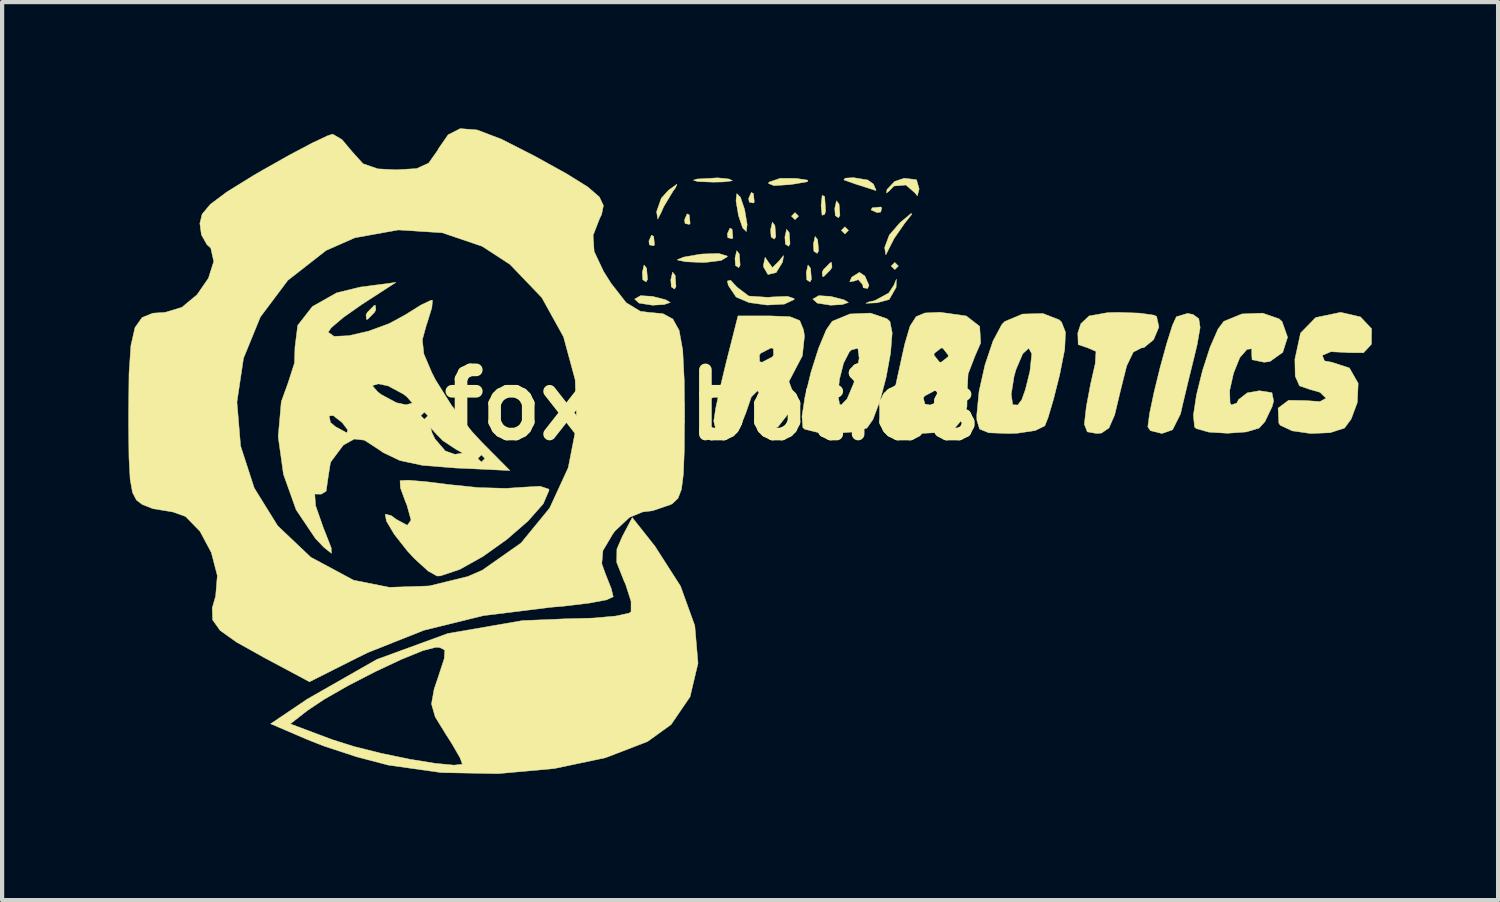
<source format=kicad_pcb>
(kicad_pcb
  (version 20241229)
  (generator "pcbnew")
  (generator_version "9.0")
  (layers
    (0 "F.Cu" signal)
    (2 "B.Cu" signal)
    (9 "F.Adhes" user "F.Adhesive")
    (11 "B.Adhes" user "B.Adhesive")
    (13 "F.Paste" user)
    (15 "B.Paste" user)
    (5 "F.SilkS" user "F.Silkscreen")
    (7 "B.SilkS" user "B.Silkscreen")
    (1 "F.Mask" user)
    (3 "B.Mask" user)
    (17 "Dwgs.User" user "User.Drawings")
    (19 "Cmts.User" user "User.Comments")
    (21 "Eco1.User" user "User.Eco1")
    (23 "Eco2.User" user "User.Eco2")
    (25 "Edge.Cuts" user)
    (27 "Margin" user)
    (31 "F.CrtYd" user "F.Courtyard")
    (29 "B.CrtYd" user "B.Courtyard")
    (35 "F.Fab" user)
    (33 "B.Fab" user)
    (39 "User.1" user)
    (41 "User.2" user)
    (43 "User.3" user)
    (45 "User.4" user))
  (footprint "foxrobotics"
    (layer "F.Cu")
    (at 13.89 6.572)
    (property "Reference" "foxrobotics" (at 0 0 0) (layer "F.SilkS") (effects (font (size 1.524 1.524) (thickness 0.3))))
    (attr through_hole)
    (fp_poly (pts (xy 2.032 -4.487) (xy 1.947 -4.403) (xy 1.863 -4.487) (xy 1.947 -4.572) (xy 2.032 -4.487)) (stroke (width 0.01) (type solid)) (fill yes) (layer "F.SilkS"))
    (fp_poly (pts (xy 3.217 -4.149) (xy 3.133 -4.064) (xy 3.048 -4.149) (xy 3.133 -4.233) (xy 3.217 -4.149)) (stroke (width 0.01) (type solid)) (fill yes) (layer "F.SilkS"))
    (fp_poly (pts (xy 4.403 -3.302) (xy 4.318 -3.217) (xy 4.233 -3.302) (xy 4.318 -3.387) (xy 4.403 -3.302)) (stroke (width 0.01) (type solid)) (fill yes) (layer "F.SilkS"))
    (fp_poly (pts (xy -1.578 -3.249) (xy -1.557 -2.984) (xy -1.591 -2.925) (xy -1.668 -2.975) (xy -1.68 -3.147) (xy -1.639 -3.327) (xy -1.578 -3.249)) (stroke (width 0.01) (type solid)) (fill yes) (layer "F.SilkS"))
    (fp_poly (pts (xy -1.411 -4.008) (xy -1.391 -3.807) (xy -1.411 -3.782) (xy -1.512 -3.805) (xy -1.524 -3.895) (xy -1.462 -4.034) (xy -1.411 -4.008)) (stroke (width 0.01) (type solid)) (fill yes) (layer "F.SilkS"))
    (fp_poly (pts (xy -0.9 -3.08) (xy -0.88 -2.815) (xy -0.914 -2.755) (xy -0.991 -2.806) (xy -1.003 -2.977) (xy -0.961 -3.158) (xy -0.9 -3.08)) (stroke (width 0.01) (type solid)) (fill yes) (layer "F.SilkS"))
    (fp_poly (pts (xy -0.564 -4.516) (xy -0.544 -4.315) (xy -0.564 -4.29) (xy -0.665 -4.313) (xy -0.677 -4.403) (xy -0.615 -4.542) (xy -0.564 -4.516)) (stroke (width 0.01) (type solid)) (fill yes) (layer "F.SilkS"))
    (fp_poly (pts (xy 0.452 -4.177) (xy 0.472 -3.976) (xy 0.452 -3.951) (xy 0.351 -3.974) (xy 0.339 -4.064) (xy 0.401 -4.203) (xy 0.452 -4.177)) (stroke (width 0.01) (type solid)) (fill yes) (layer "F.SilkS"))
    (fp_poly (pts (xy 0.624 -3.588) (xy 0.644 -3.323) (xy 0.61 -3.263) (xy 0.533 -3.314) (xy 0.521 -3.485) (xy 0.563 -3.666) (xy 0.624 -3.588)) (stroke (width 0.01) (type solid)) (fill yes) (layer "F.SilkS"))
    (fp_poly (pts (xy 0.96 -5.024) (xy 0.98 -4.823) (xy 0.96 -4.798) (xy 0.859 -4.821) (xy 0.847 -4.911) (xy 0.909 -5.05) (xy 0.96 -5.024)) (stroke (width 0.01) (type solid)) (fill yes) (layer "F.SilkS"))
    (fp_poly (pts (xy 1.47 -4.265) (xy 1.491 -4) (xy 1.457 -3.941) (xy 1.38 -3.991) (xy 1.368 -4.163) (xy 1.409 -4.343) (xy 1.47 -4.265)) (stroke (width 0.01) (type solid)) (fill yes) (layer "F.SilkS"))
    (fp_poly (pts (xy 1.809 -4.096) (xy 1.829 -3.831) (xy 1.796 -3.771) (xy 1.719 -3.822) (xy 1.707 -3.993) (xy 1.748 -4.174) (xy 1.809 -4.096)) (stroke (width 0.01) (type solid)) (fill yes) (layer "F.SilkS"))
    (fp_poly (pts (xy 2.317 -3.249) (xy 2.337 -2.984) (xy 2.304 -2.925) (xy 2.227 -2.975) (xy 2.215 -3.147) (xy 2.256 -3.327) (xy 2.317 -3.249)) (stroke (width 0.01) (type solid)) (fill yes) (layer "F.SilkS"))
    (fp_poly (pts (xy 2.486 -3.926) (xy 2.507 -3.662) (xy 2.473 -3.602) (xy 2.396 -3.652) (xy 2.384 -3.824) (xy 2.425 -4.005) (xy 2.486 -3.926)) (stroke (width 0.01) (type solid)) (fill yes) (layer "F.SilkS"))
    (fp_poly (pts (xy 2.652 -4.953) (xy 2.675 -4.606) (xy 2.652 -4.53) (xy 2.59 -4.508) (xy 2.567 -4.741) (xy 2.593 -4.982) (xy 2.652 -4.953)) (stroke (width 0.01) (type solid)) (fill yes) (layer "F.SilkS"))
    (fp_poly (pts (xy 2.994 -4.773) (xy 3.015 -4.508) (xy 2.981 -4.449) (xy 2.904 -4.499) (xy 2.892 -4.671) (xy 2.933 -4.851) (xy 2.994 -4.773)) (stroke (width 0.01) (type solid)) (fill yes) (layer "F.SilkS"))
    (fp_poly (pts (xy 4.008 -4.685) (xy 3.984 -4.584) (xy 3.895 -4.572) (xy 3.755 -4.634) (xy 3.782 -4.685) (xy 3.983 -4.705) (xy 4.008 -4.685)) (stroke (width 0.01) (type solid)) (fill yes) (layer "F.SilkS"))
    (fp_poly (pts (xy -8.012 -2.261) (xy -8.043 -2.201) (xy -8.203 -2.04) (xy -8.233 -2.032) (xy -8.244 -2.141) (xy -8.213 -2.201) (xy -8.053 -2.363) (xy -8.023 -2.371) (xy -8.012 -2.261)) (stroke (width 0.01) (type solid)) (fill yes) (layer "F.SilkS"))
    (fp_poly (pts (xy -1.439 -2.581) (xy -1.122 -2.499) (xy -1.016 -2.436) (xy -1.161 -2.387) (xy -1.439 -2.371) (xy -1.758 -2.421) (xy -1.863 -2.517) (xy -1.722 -2.598) (xy -1.439 -2.581)) (stroke (width 0.01) (type solid)) (fill yes) (layer "F.SilkS"))
    (fp_poly (pts (xy 0.381 -5.369) (xy 0.461 -5.327) (xy 0.248 -5.3) (xy 0 -5.295) (xy -0.366 -5.309) (xy -0.467 -5.342) (xy -0.381 -5.369) (xy 0.112 -5.397) (xy 0.381 -5.369)) (stroke (width 0.01) (type solid)) (fill yes) (layer "F.SilkS"))
    (fp_poly (pts (xy 0.651 -4.937) (xy 0.75 -4.645) (xy 0.81 -4.29) (xy 0.791 -4.121) (xy 0.704 -4.207) (xy 0.605 -4.499) (xy 0.545 -4.854) (xy 0.564 -5.023) (xy 0.651 -4.937)) (stroke (width 0.01) (type solid)) (fill yes) (layer "F.SilkS"))
    (fp_poly (pts (xy 2.794 -2.581) (xy 3.111 -2.499) (xy 3.217 -2.436) (xy 3.072 -2.387) (xy 2.794 -2.371) (xy 2.476 -2.421) (xy 2.371 -2.517) (xy 2.512 -2.598) (xy 2.794 -2.581)) (stroke (width 0.01) (type solid)) (fill yes) (layer "F.SilkS"))
    (fp_poly (pts (xy 2.826 -3.277) (xy 2.794 -3.217) (xy 2.634 -3.056) (xy 2.605 -3.048) (xy 2.593 -3.157) (xy 2.625 -3.217) (xy 2.784 -3.379) (xy 2.814 -3.387) (xy 2.826 -3.277)) (stroke (width 0.01) (type solid)) (fill yes) (layer "F.SilkS"))
    (fp_poly (pts (xy 1.969 -5.384) (xy 2.251 -5.342) (xy 2.242 -5.304) (xy 1.922 -5.25) (xy 1.82 -5.236) (xy 1.446 -5.212) (xy 1.315 -5.266) (xy 1.334 -5.297) (xy 1.596 -5.386) (xy 1.969 -5.384)) (stroke (width 0.01) (type solid)) (fill yes) (layer "F.SilkS"))
    (fp_poly (pts (xy 3.675 -5.346) (xy 3.81 -5.249) (xy 3.874 -5.102) (xy 3.862 -5.097) (xy 3.681 -5.155) (xy 3.387 -5.249) (xy 3.107 -5.348) (xy 3.139 -5.389) (xy 3.334 -5.402) (xy 3.675 -5.346)) (stroke (width 0.01) (type solid)) (fill yes) (layer "F.SilkS"))
    (fp_poly (pts (xy -0.887 -5.168) (xy -0.951 -5.08) (xy -1.168 -4.719) (xy -1.234 -4.572) (xy -1.313 -4.417) (xy -1.341 -4.592) (xy -1.341 -4.594) (xy -1.229 -4.913) (xy -1.058 -5.102) (xy -0.858 -5.247) (xy -0.887 -5.168)) (stroke (width 0.01) (type solid)) (fill yes) (layer "F.SilkS"))
    (fp_poly (pts (xy 1.653 -3.397) (xy 1.498 -3.145) (xy 1.305 -3.1) (xy 1.199 -3.28) (xy 1.199 -3.33) (xy 1.237 -3.509) (xy 1.304 -3.41) (xy 1.411 -3.264) (xy 1.557 -3.41) (xy 1.676 -3.551) (xy 1.653 -3.397)) (stroke (width 0.01) (type solid)) (fill yes) (layer "F.SilkS"))
    (fp_poly (pts (xy 3.606 -3.066) (xy 3.705 -2.843) (xy 3.672 -2.769) (xy 3.567 -2.785) (xy 3.556 -2.86) (xy 3.451 -2.979) (xy 3.361 -2.947) (xy 3.246 -2.926) (xy 3.295 -3.037) (xy 3.477 -3.152) (xy 3.606 -3.066)) (stroke (width 0.01) (type solid)) (fill yes) (layer "F.SilkS"))
    (fp_poly (pts (xy 4.35 -2.804) (xy 4.349 -2.794) (xy 4.184 -2.506) (xy 3.893 -2.428) (xy 3.632 -2.417) (xy 3.698 -2.448) (xy 3.842 -2.48) (xy 4.174 -2.661) (xy 4.298 -2.847) (xy 4.355 -2.989) (xy 4.35 -2.804)) (stroke (width 0.01) (type solid)) (fill yes) (layer "F.SilkS"))
    (fp_poly (pts (xy 4.727 -4.539) (xy 4.552 -4.318) (xy 4.302 -3.956) (xy 4.184 -3.725) (xy 4.105 -3.567) (xy 4.077 -3.74) (xy 4.077 -3.741) (xy 4.188 -4.039) (xy 4.445 -4.334) (xy 4.703 -4.548) (xy 4.727 -4.539)) (stroke (width 0.01) (type solid)) (fill yes) (layer "F.SilkS"))
    (fp_poly (pts (xy 4.834 -5.352) (xy 4.897 -5.134) (xy 4.854 -4.968) (xy 4.799 -5.038) (xy 4.582 -5.227) (xy 4.299 -5.203) (xy 4.175 -5.076) (xy 4.122 -5.037) (xy 4.132 -5.118) (xy 4.314 -5.312) (xy 4.543 -5.388) (xy 4.834 -5.352)) (stroke (width 0.01) (type solid)) (fill yes) (layer "F.SilkS"))
    (fp_poly (pts (xy 0.333 -3.54) (xy 0.339 -3.522) (xy 0.19 -3.433) (xy -0.177 -3.388) (xy -0.254 -3.387) (xy -0.646 -3.403) (xy -0.842 -3.444) (xy -0.847 -3.453) (xy -0.698 -3.514) (xy -0.333 -3.578) (xy -0.254 -3.588) (xy 0.136 -3.6) (xy 0.333 -3.54)) (stroke (width 0.01) (type solid)) (fill yes) (layer "F.SilkS"))
    (fp_poly (pts (xy 0.564 -2.804) (xy 0.848 -2.589) (xy 1.31 -2.558) (xy 1.399 -2.567) (xy 1.771 -2.582) (xy 1.93 -2.528) (xy 1.925 -2.505) (xy 1.693 -2.397) (xy 1.286 -2.375) (xy 0.856 -2.433) (xy 0.555 -2.562) (xy 0.542 -2.574) (xy 0.363 -2.842) (xy 0.339 -2.945) (xy 0.418 -2.964) (xy 0.564 -2.804)) (stroke (width 0.01) (type solid)) (fill yes) (layer "F.SilkS"))
    (fp_poly (pts (xy 11.405 -2.15) (xy 11.541 -2.05) (xy 11.572 -1.841) (xy 11.501 -1.434) (xy 11.434 -1.153) (xy 11.285 -0.547) (xy 11.155 -0.002) (xy 11.106 0.212) (xy 10.917 0.589) (xy 10.665 0.677) (xy 10.391 0.61) (xy 10.329 0.519) (xy 10.371 0.201) (xy 10.477 -0.303) (xy 10.621 -0.89) (xy 10.776 -1.454) (xy 10.914 -1.892) (xy 11.007 -2.097) (xy 11.274 -2.177) (xy 11.405 -2.15)) (stroke (width 0.01) (type solid)) (fill yes) (layer "F.SilkS"))
    (fp_poly (pts (xy 10.133 -2.183) (xy 10.467 -2.136) (xy 10.537 -2.107) (xy 10.593 -1.853) (xy 10.466 -1.551) (xy 10.237 -1.364) (xy 10.174 -1.355) (xy 9.984 -1.257) (xy 9.827 -0.929) (xy 9.679 -0.339) (xy 9.542 0.235) (xy 9.406 0.546) (xy 9.23 0.666) (xy 9.116 0.677) (xy 8.891 0.638) (xy 8.821 0.459) (xy 8.868 0.045) (xy 8.868 0.042) (xy 8.968 -0.49) (xy 9.07 -0.94) (xy 9.079 -0.974) (xy 9.098 -1.273) (xy 8.91 -1.355) (xy 8.675 -1.435) (xy 8.666 -1.711) (xy 8.739 -1.933) (xy 8.935 -2.116) (xy 9.378 -2.195) (xy 9.642 -2.201) (xy 10.133 -2.183)) (stroke (width 0.01) (type solid)) (fill yes) (layer "F.SilkS"))
    (fp_poly (pts (xy -6.816 1.822) (xy -6.265 1.891) (xy -5.575 1.962) (xy -4.916 1.98) (xy -4.53 1.954) (xy -4.109 1.93) (xy -3.902 1.998) (xy -3.895 2.024) (xy -4.033 2.346) (xy -4.395 2.756) (xy -4.9 3.194) (xy -5.467 3.598) (xy -6.018 3.906) (xy -6.472 4.058) (xy -6.555 4.064) (xy -6.767 3.946) (xy -7.095 3.648) (xy -7.264 3.465) (xy -7.577 3.067) (xy -7.759 2.758) (xy -7.789 2.593) (xy -7.648 2.626) (xy -7.531 2.713) (xy -7.264 2.858) (xy -7.174 2.734) (xy -7.276 2.368) (xy -7.303 2.307) (xy -7.427 1.968) (xy -7.436 1.797) (xy -7.245 1.786) (xy -6.816 1.822)) (stroke (width 0.01) (type solid)) (fill yes) (layer "F.SilkS"))
    (fp_poly (pts (xy 15.382 -2.093) (xy 15.645 -1.813) (xy 15.642 -1.445) (xy 15.455 -1.241) (xy 15.075 -1.244) (xy 15.053 -1.248) (xy 14.677 -1.266) (xy 14.475 -1.18) (xy 14.526 -1.048) (xy 14.701 -1.016) (xy 15.119 -0.88) (xy 15.327 -0.515) (xy 15.306 -0.059) (xy 15.161 0.333) (xy 15.002 0.548) (xy 14.66 0.658) (xy 14.199 0.677) (xy 13.759 0.614) (xy 13.475 0.481) (xy 13.442 0.431) (xy 13.424 0.074) (xy 13.674 -0.113) (xy 14.075 -0.106) (xy 14.419 -0.082) (xy 14.563 -0.161) (xy 14.563 -0.162) (xy 14.419 -0.302) (xy 14.182 -0.369) (xy 13.933 -0.455) (xy 13.831 -0.684) (xy 13.823 -1.088) (xy 13.958 -1.71) (xy 14.317 -2.078) (xy 14.907 -2.201) (xy 14.913 -2.201) (xy 15.382 -2.093)) (stroke (width 0.01) (type solid)) (fill yes) (layer "F.SilkS"))
    (fp_poly (pts (xy 4.13 -2.051) (xy 4.203 -1.984) (xy 4.256 -1.714) (xy 4.218 -1.236) (xy 4.113 -0.66) (xy 3.965 -0.095) (xy 3.797 0.348) (xy 3.655 0.548) (xy 3.361 0.637) (xy 2.922 0.671) (xy 2.48 0.65) (xy 2.18 0.576) (xy 2.135 0.537) (xy 2.113 0.268) (xy 2.187 -0.207) (xy 2.196 -0.244) (xy 2.965 -0.244) (xy 3.006 -0.02) (xy 3.044 0) (xy 3.185 -0.146) (xy 3.339 -0.51) (xy 3.374 -0.625) (xy 3.472 -1.111) (xy 3.441 -1.349) (xy 3.287 -1.309) (xy 3.237 -1.259) (xy 3.101 -0.994) (xy 3.004 -0.612) (xy 2.965 -0.244) (xy 2.196 -0.244) (xy 2.327 -0.78) (xy 2.505 -1.342) (xy 2.689 -1.785) (xy 2.831 -1.99) (xy 3.252 -2.163) (xy 3.738 -2.184) (xy 4.13 -2.051)) (stroke (width 0.01) (type solid)) (fill yes) (layer "F.SilkS"))
    (fp_poly (pts (xy 8.225 -2.023) (xy 8.28 -1.969) (xy 8.373 -1.731) (xy 8.355 -1.323) (xy 8.234 -0.712) (xy 8.09 -0.141) (xy 7.959 0.302) (xy 7.882 0.495) (xy 7.657 0.606) (xy 7.225 0.671) (xy 7.017 0.677) (xy 6.551 0.66) (xy 6.332 0.571) (xy 6.268 0.36) (xy 6.265 0.244) (xy 6.313 -0.253) (xy 7.084 -0.253) (xy 7.12 -0.007) (xy 7.239 0.000493) (xy 7.336 -0.127) (xy 7.421 -0.368) (xy 7.523 -0.778) (xy 7.529 -0.804) (xy 7.573 -1.216) (xy 7.5 -1.349) (xy 7.359 -1.22) (xy 7.198 -0.844) (xy 7.151 -0.677) (xy 7.084 -0.253) (xy 6.313 -0.253) (xy 6.32 -0.326) (xy 6.461 -0.954) (xy 6.652 -1.522) (xy 6.86 -1.912) (xy 6.93 -1.984) (xy 7.352 -2.161) (xy 7.838 -2.174) (xy 8.225 -2.023)) (stroke (width 0.01) (type solid)) (fill yes) (layer "F.SilkS"))
    (fp_poly (pts (xy 13.449 -2.046) (xy 13.519 -1.981) (xy 13.65 -1.611) (xy 13.535 -1.251) (xy 13.231 -1.034) (xy 13.094 -1.016) (xy 12.806 -1.075) (xy 12.798 -1.207) (xy 12.797 -1.337) (xy 12.686 -1.322) (xy 12.516 -1.128) (xy 12.365 -0.754) (xy 12.274 -0.346) (xy 12.283 -0.048) (xy 12.313 -0.001) (xy 12.443 -0.046) (xy 12.483 -0.127) (xy 12.691 -0.289) (xy 12.98 -0.339) (xy 13.278 -0.293) (xy 13.318 -0.093) (xy 13.281 0.042) (xy 13.112 0.395) (xy 12.974 0.548) (xy 12.667 0.64) (xy 12.221 0.671) (xy 11.777 0.644) (xy 11.479 0.56) (xy 11.439 0.522) (xy 11.412 0.243) (xy 11.485 -0.238) (xy 11.627 -0.813) (xy 11.808 -1.373) (xy 11.998 -1.806) (xy 12.134 -1.988) (xy 12.565 -2.164) (xy 13.056 -2.183) (xy 13.449 -2.046)) (stroke (width 0.01) (type solid)) (fill yes) (layer "F.SilkS"))
    (fp_poly (pts (xy 1.827 -2.099) (xy 2.06 -2.006) (xy 2.152 -1.781) (xy 2.172 -1.636) (xy 2.122 -1.168) (xy 1.962 -0.863) (xy 1.803 -0.559) (xy 1.858 -0.411) (xy 1.916 -0.148) (xy 1.788 0.205) (xy 1.546 0.516) (xy 1.31 0.646) (xy 1.118 0.629) (xy 1.085 0.416) (xy 1.124 0.181) (xy 1.151 -0.191) (xy 1.06 -0.339) (xy 1.058 -0.339) (xy 0.91 -0.192) (xy 0.789 0.161) (xy 0.787 0.169) (xy 0.63 0.56) (xy 0.343 0.677) (xy 0.343 0.677) (xy 0.061 0.565) (xy 0.017 0.381) (xy 0.065 0.07) (xy 0.177 -0.451) (xy 0.313 -1.016) (xy 0.356 -1.185) (xy 1.101 -1.185) (xy 1.108 -1.029) (xy 1.165 -1.016) (xy 1.405 -1.14) (xy 1.439 -1.185) (xy 1.432 -1.342) (xy 1.375 -1.355) (xy 1.135 -1.231) (xy 1.101 -1.185) (xy 0.356 -1.185) (xy 0.593 -2.117) (xy 1.355 -2.117) (xy 1.827 -2.099)) (stroke (width 0.01) (type solid)) (fill yes) (layer "F.SilkS"))
    (fp_poly (pts (xy 6.015 -2.116) (xy 6.335 -1.869) (xy 6.358 -1.473) (xy 6.229 -1.177) (xy 6.06 -0.741) (xy 6.04 -0.366) (xy 6.04 -0.366) (xy 6.032 0.045) (xy 5.936 0.321) (xy 5.749 0.543) (xy 5.432 0.65) (xy 4.893 0.677) (xy 4.391 0.662) (xy 4.155 0.595) (xy 4.114 0.451) (xy 4.131 0.381) (xy 4.218 0.046) (xy 4.268 -0.169) (xy 4.995 -0.169) (xy 5.034 -0.024) (xy 5.155 0) (xy 5.386 -0.088) (xy 5.419 -0.169) (xy 5.297 -0.334) (xy 5.259 -0.339) (xy 5.03 -0.216) (xy 4.995 -0.169) (xy 4.268 -0.169) (xy 4.339 -0.47) (xy 4.403 -0.762) (xy 4.496 -1.185) (xy 5.249 -1.185) (xy 5.378 -1.021) (xy 5.419 -1.016) (xy 5.583 -1.145) (xy 5.588 -1.185) (xy 5.459 -1.35) (xy 5.419 -1.355) (xy 5.254 -1.226) (xy 5.249 -1.185) (xy 4.496 -1.185) (xy 4.556 -1.453) (xy 4.681 -1.877) (xy 4.826 -2.1) (xy 5.034 -2.187) (xy 5.35 -2.201) (xy 5.409 -2.201) (xy 6.015 -2.116)) (stroke (width 0.01) (type solid)) (fill yes) (layer "F.SilkS"))
    (fp_poly (pts (xy -1.381 3.354) (xy -0.773 4.302) (xy -0.433 5.243) (xy -0.357 6.135) (xy -0.546 6.932) (xy -0.996 7.591) (xy -1.557 7.996) (xy -2.557 8.381) (xy -3.773 8.637) (xy -5.107 8.758) (xy -6.458 8.733) (xy -7.721 8.554) (xy -8.467 8.358) (xy -9.244 8.103) (xy -9.631 7.951) (xy -10.504 7.576) (xy -10.043 7.576) (xy -9.043 7.951) (xy -8.523 8.115) (xy -7.882 8.275) (xy -7.212 8.414) (xy -6.604 8.513) (xy -6.152 8.556) (xy -5.956 8.533) (xy -6.008 8.386) (xy -6.201 8.051) (xy -6.34 7.834) (xy -6.601 7.41) (xy -6.689 7.101) (xy -6.626 6.748) (xy -6.53 6.464) (xy -6.387 6.028) (xy -6.373 5.822) (xy -6.495 5.76) (xy -6.589 5.757) (xy -6.897 5.836) (xy -7.406 6.044) (xy -8.026 6.335) (xy -8.666 6.665) (xy -9.235 6.99) (xy -9.636 7.258) (xy -10.043 7.576) (xy -10.504 7.576) (xy -10.51 7.574) (xy -9.635 6.984) (xy -7.987 6.044) (xy -6.301 5.428) (xy -4.531 5.122) (xy -3.53 5.08) (xy -2.855 5.062) (xy -2.315 5.014) (xy -1.996 4.945) (xy -1.948 4.913) (xy -1.948 4.664) (xy -2.077 4.261) (xy -2.121 4.164) (xy -2.289 3.737) (xy -2.284 3.421) (xy -2.158 3.129) (xy -1.919 2.674) (xy -1.381 3.354)) (stroke (width 0.01) (type solid)) (fill yes) (layer "F.SilkS"))
    (fp_poly (pts (xy -8.34 -2.392) (xy -8.778 -2.085) (xy -9.07 -1.837) (xy -9.144 -1.731) (xy -9.005 -1.631) (xy -8.653 -1.647) (xy -8.183 -1.755) (xy -7.693 -1.935) (xy -7.316 -2.14) (xy -6.94 -2.375) (xy -6.7 -2.489) (xy -6.665 -2.488) (xy -6.681 -2.31) (xy -6.792 -1.95) (xy -6.808 -1.909) (xy -6.906 -1.55) (xy -6.871 -1.215) (xy -6.681 -0.769) (xy -6.593 -0.597) (xy -6.216 0.004) (xy -5.733 0.625) (xy -5.503 0.874) (xy -4.826 1.557) (xy -6.128 1.496) (xy -6.904 1.433) (xy -7.441 1.319) (xy -7.542 1.27) (xy -5.588 1.27) (xy -5.503 1.355) (xy -5.419 1.27) (xy -5.503 1.185) (xy -5.588 1.27) (xy -7.542 1.27) (xy -7.839 1.128) (xy -7.926 1.067) (xy -8.281 0.836) (xy -8.523 0.808) (xy -8.783 0.952) (xy -9.088 1.361) (xy -9.144 1.713) (xy -9.191 2.046) (xy -9.31 2.119) (xy -9.313 2.117) (xy -9.462 2.116) (xy -9.442 2.391) (xy -9.257 2.921) (xy -9.237 2.969) (xy -9.072 3.391) (xy -9.066 3.524) (xy -9.24 3.386) (xy -9.445 3.173) (xy -9.905 2.489) (xy -10.206 1.645) (xy -10.331 0.752) (xy -10.287 0.259) (xy -9.121 0.259) (xy -9.088 0.415) (xy -8.97 0.515) (xy -8.697 0.662) (xy -8.68 0.591) (xy -8.718 0.54) (xy -6.71 0.54) (xy -6.68 0.651) (xy -6.607 0.804) (xy -6.361 1.092) (xy -6.132 1.172) (xy -5.949 1.142) (xy -6.092 1.061) (xy -6.096 1.06) (xy -6.417 0.848) (xy -6.571 0.692) (xy -6.71 0.54) (xy -8.718 0.54) (xy -8.809 0.419) (xy -9.02 0.254) (xy -6.943 0.254) (xy -6.858 0.339) (xy -6.773 0.254) (xy -6.858 0.169) (xy -6.943 0.254) (xy -9.02 0.254) (xy -9.024 0.25) (xy -9.121 0.259) (xy -10.287 0.259) (xy -10.258 -0.077) (xy -10.119 -0.461) (xy -8.095 -0.461) (xy -7.967 -0.313) (xy -7.884 -0.249) (xy -7.521 -0.054) (xy -7.291 -0.005) (xy -7.145 -0.047) (xy -7.273 -0.195) (xy -7.356 -0.259) (xy -7.719 -0.454) (xy -7.949 -0.503) (xy -8.095 -0.461) (xy -10.119 -0.461) (xy -10.094 -0.531) (xy -9.944 -0.998) (xy -9.932 -1.378) (xy -9.867 -1.893) (xy -9.519 -2.339) (xy -8.943 -2.665) (xy -8.382 -2.802) (xy -7.535 -2.913) (xy -8.34 -2.392)) (stroke (width 0.01) (type solid)) (fill yes) (layer "F.SilkS"))
    (fp_poly (pts (xy -5.601 -6.534) (xy -5.026 -6.315) (xy -4.233 -5.911) (xy -3.474 -5.491) (xy -2.977 -5.181) (xy -2.701 -4.944) (xy -2.604 -4.739) (xy -2.647 -4.528) (xy -2.693 -4.434) (xy -2.849 -4.032) (xy -2.825 -3.649) (xy -2.602 -3.176) (xy -2.425 -2.894) (xy -2.064 -2.431) (xy -1.728 -2.227) (xy -1.528 -2.201) (xy -1.191 -2.17) (xy -0.956 -2.044) (xy -0.805 -1.771) (xy -0.72 -1.301) (xy -0.684 -0.583) (xy -0.677 0.197) (xy -0.682 1.056) (xy -0.704 1.637) (xy -0.75 2.003) (xy -0.832 2.216) (xy -0.958 2.337) (xy -1.005 2.365) (xy -1.436 2.512) (xy -1.671 2.54) (xy -1.986 2.67) (xy -2.326 2.989) (xy -2.38 3.061) (xy -2.616 3.459) (xy -2.643 3.77) (xy -2.561 4.001) (xy -2.419 4.359) (xy -2.371 4.555) (xy -2.527 4.628) (xy -2.945 4.707) (xy -3.547 4.779) (xy -3.841 4.804) (xy -5.457 5.004) (xy -6.87 5.352) (xy -8.196 5.879) (xy -8.462 6.009) (xy -9.587 6.576) (xy -10.667 5.999) (xy -11.319 5.635) (xy -11.711 5.356) (xy -11.889 5.105) (xy -11.898 4.822) (xy -11.817 4.54) (xy -11.777 4.053) (xy -11.919 3.506) (xy -12.187 3.004) (xy -12.531 2.649) (xy -12.838 2.54) (xy -13.307 2.463) (xy -13.558 2.365) (xy -13.698 2.259) (xy -13.792 2.08) (xy -13.848 1.765) (xy -13.876 1.254) (xy -13.885 0.484) (xy -13.885 0.197) (xy -13.882 -0.071) (xy -11.311 -0.071) (xy -11.224 0.974) (xy -10.9 1.972) (xy -10.343 2.87) (xy -9.557 3.616) (xy -8.547 4.158) (xy -8.53 4.164) (xy -7.692 4.331) (xy -6.741 4.298) (xy -5.825 4.074) (xy -5.483 3.925) (xy -4.562 3.279) (xy -3.882 2.449) (xy -3.44 1.489) (xy -3.238 0.454) (xy -3.276 -0.601) (xy -3.553 -1.622) (xy -4.069 -2.553) (xy -4.824 -3.34) (xy -5.482 -3.769) (xy -6.432 -4.092) (xy -7.481 -4.159) (xy -8.51 -3.973) (xy -9.193 -3.672) (xy -10.101 -2.963) (xy -10.754 -2.092) (xy -11.155 -1.111) (xy -11.311 -0.071) (xy -13.882 -0.071) (xy -13.875 -0.752) (xy -13.83 -1.414) (xy -13.733 -1.84) (xy -13.565 -2.078) (xy -13.308 -2.182) (xy -13.016 -2.201) (xy -12.619 -2.321) (xy -12.259 -2.62) (xy -11.988 -3.013) (xy -11.862 -3.412) (xy -11.933 -3.729) (xy -12.023 -3.81) (xy -12.155 -4.044) (xy -12.192 -4.315) (xy -12.138 -4.535) (xy -11.942 -4.769) (xy -11.555 -5.059) (xy -10.929 -5.447) (xy -10.71 -5.574) (xy -10.067 -5.937) (xy -9.524 -6.224) (xy -9.152 -6.399) (xy -9.036 -6.435) (xy -8.815 -6.306) (xy -8.567 -6.011) (xy -8.316 -5.733) (xy -7.965 -5.611) (xy -7.536 -5.588) (xy -7.043 -5.617) (xy -6.757 -5.747) (xy -6.547 -6.044) (xy -6.519 -6.096) (xy -6.294 -6.42) (xy -6.006 -6.567) (xy -5.601 -6.534)) (stroke (width 0.01) (type solid)) (fill yes) (layer "F.SilkS")))
  (gr_rect
    (start -3 -3)
    (end 32.541 18.335)
    (stroke (width 0.1) (type default))
    (fill no)
    (layer "Edge.Cuts")))
</source>
